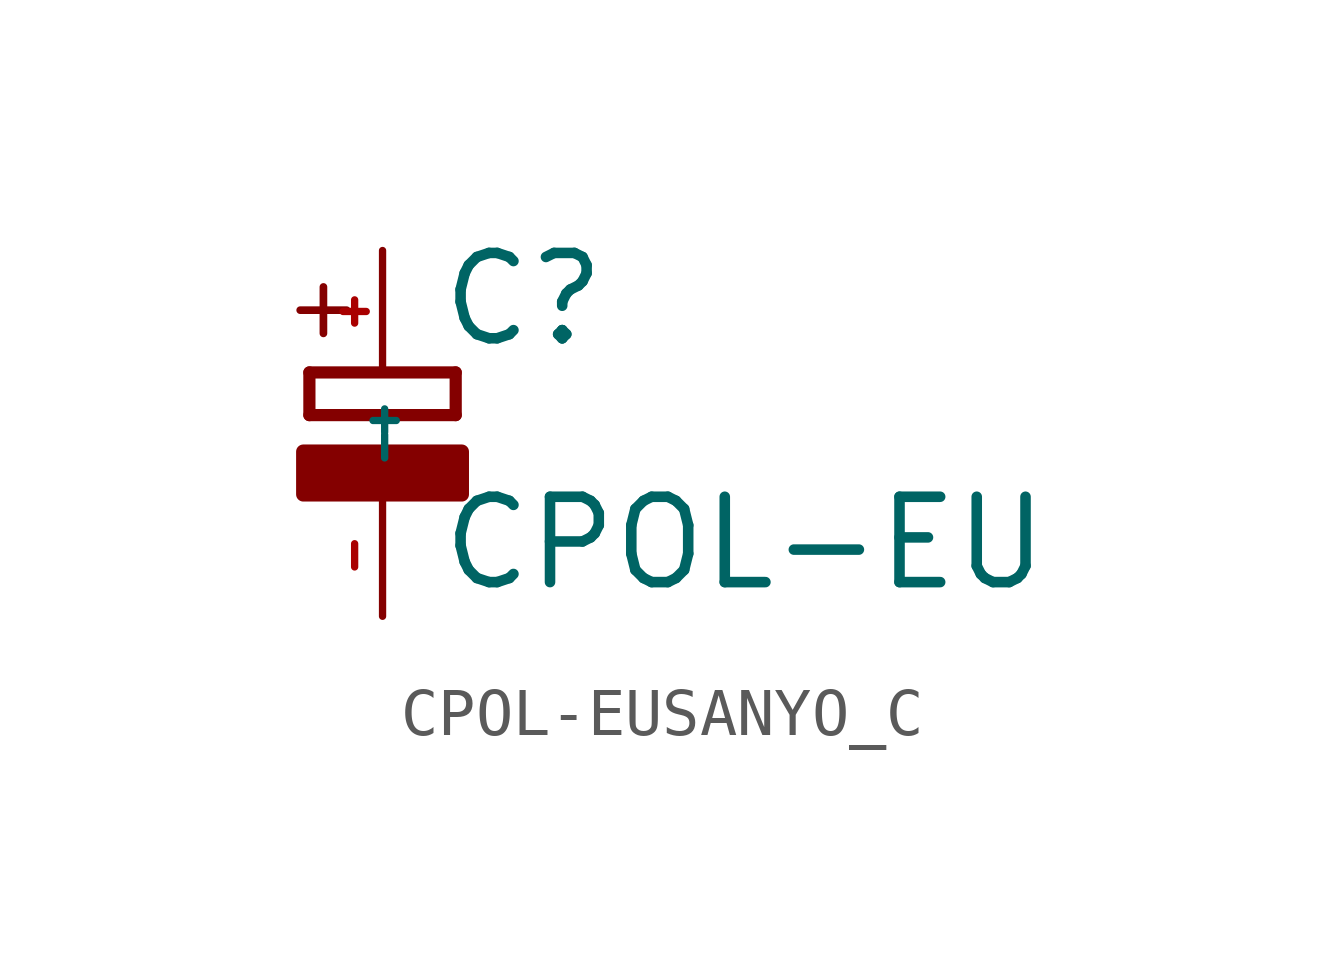
<source format=kicad_sym>
(kicad_symbol_lib
  (version 20220914)
  (generator Eagle2Kicad)
  (symbol "CPOL-EUSANYO_C"
    (property "Reference" "C"
      (at 1.143 0.483 0)
      (effects (font (size 1.778 1.778) (thickness 0.22)) (justify left bottom)))
    (property "Value" "CPOL-EU"
      (at 1.143 -4.597 0)
      (effects (font (size 1.778 1.778) (thickness 0.22)) (justify left bottom)))
    (polyline
      (pts (xy -1.524 -0.889) (xy 1.524 -0.889))
      (stroke (width 0.254) (type default))
      (fill (type none)))
    (polyline
      (pts (xy 1.524 -0.889) (xy 1.524 0))
      (stroke (width 0.254) (type default))
      (fill (type none)))
    (polyline
      (pts (xy -1.524 0) (xy -1.524 -0.889))
      (stroke (width 0.254) (type default))
      (fill (type none)))
    (polyline
      (pts (xy -1.524 0) (xy 1.524 0))
      (stroke (width 0.254) (type default))
      (fill (type none)))
    (text "+"
      (at -0.584 0.406 900)
      (effects (font (size 1.27 1.27) (thickness 0.16)) (justify left bottom)))
    (rectangle
      (start -1.651 -2.54)
      (end 1.651 -1.651)
      (stroke (width 0.3) (type default))
      (fill (type outline)))
    (pin passive line
      (at 0 -5.08 90)
      (length 2.54)
      (name "-" (effects (font (size 0.635 0.635) (thickness 0.08)) (justify left bottom)))
      (number "-" (effects (font (size 0.635 0.635) (thickness 0.08)) (justify left bottom))))
    (pin passive line
      (at 0 2.54 270)
      (length 2.54)
      (name "+" (effects (font (size 0.635 0.635) (thickness 0.08)) (justify left bottom)))
      (number "+" (effects (font (size 0.635 0.635) (thickness 0.08)) (justify left bottom))))))
</source>
